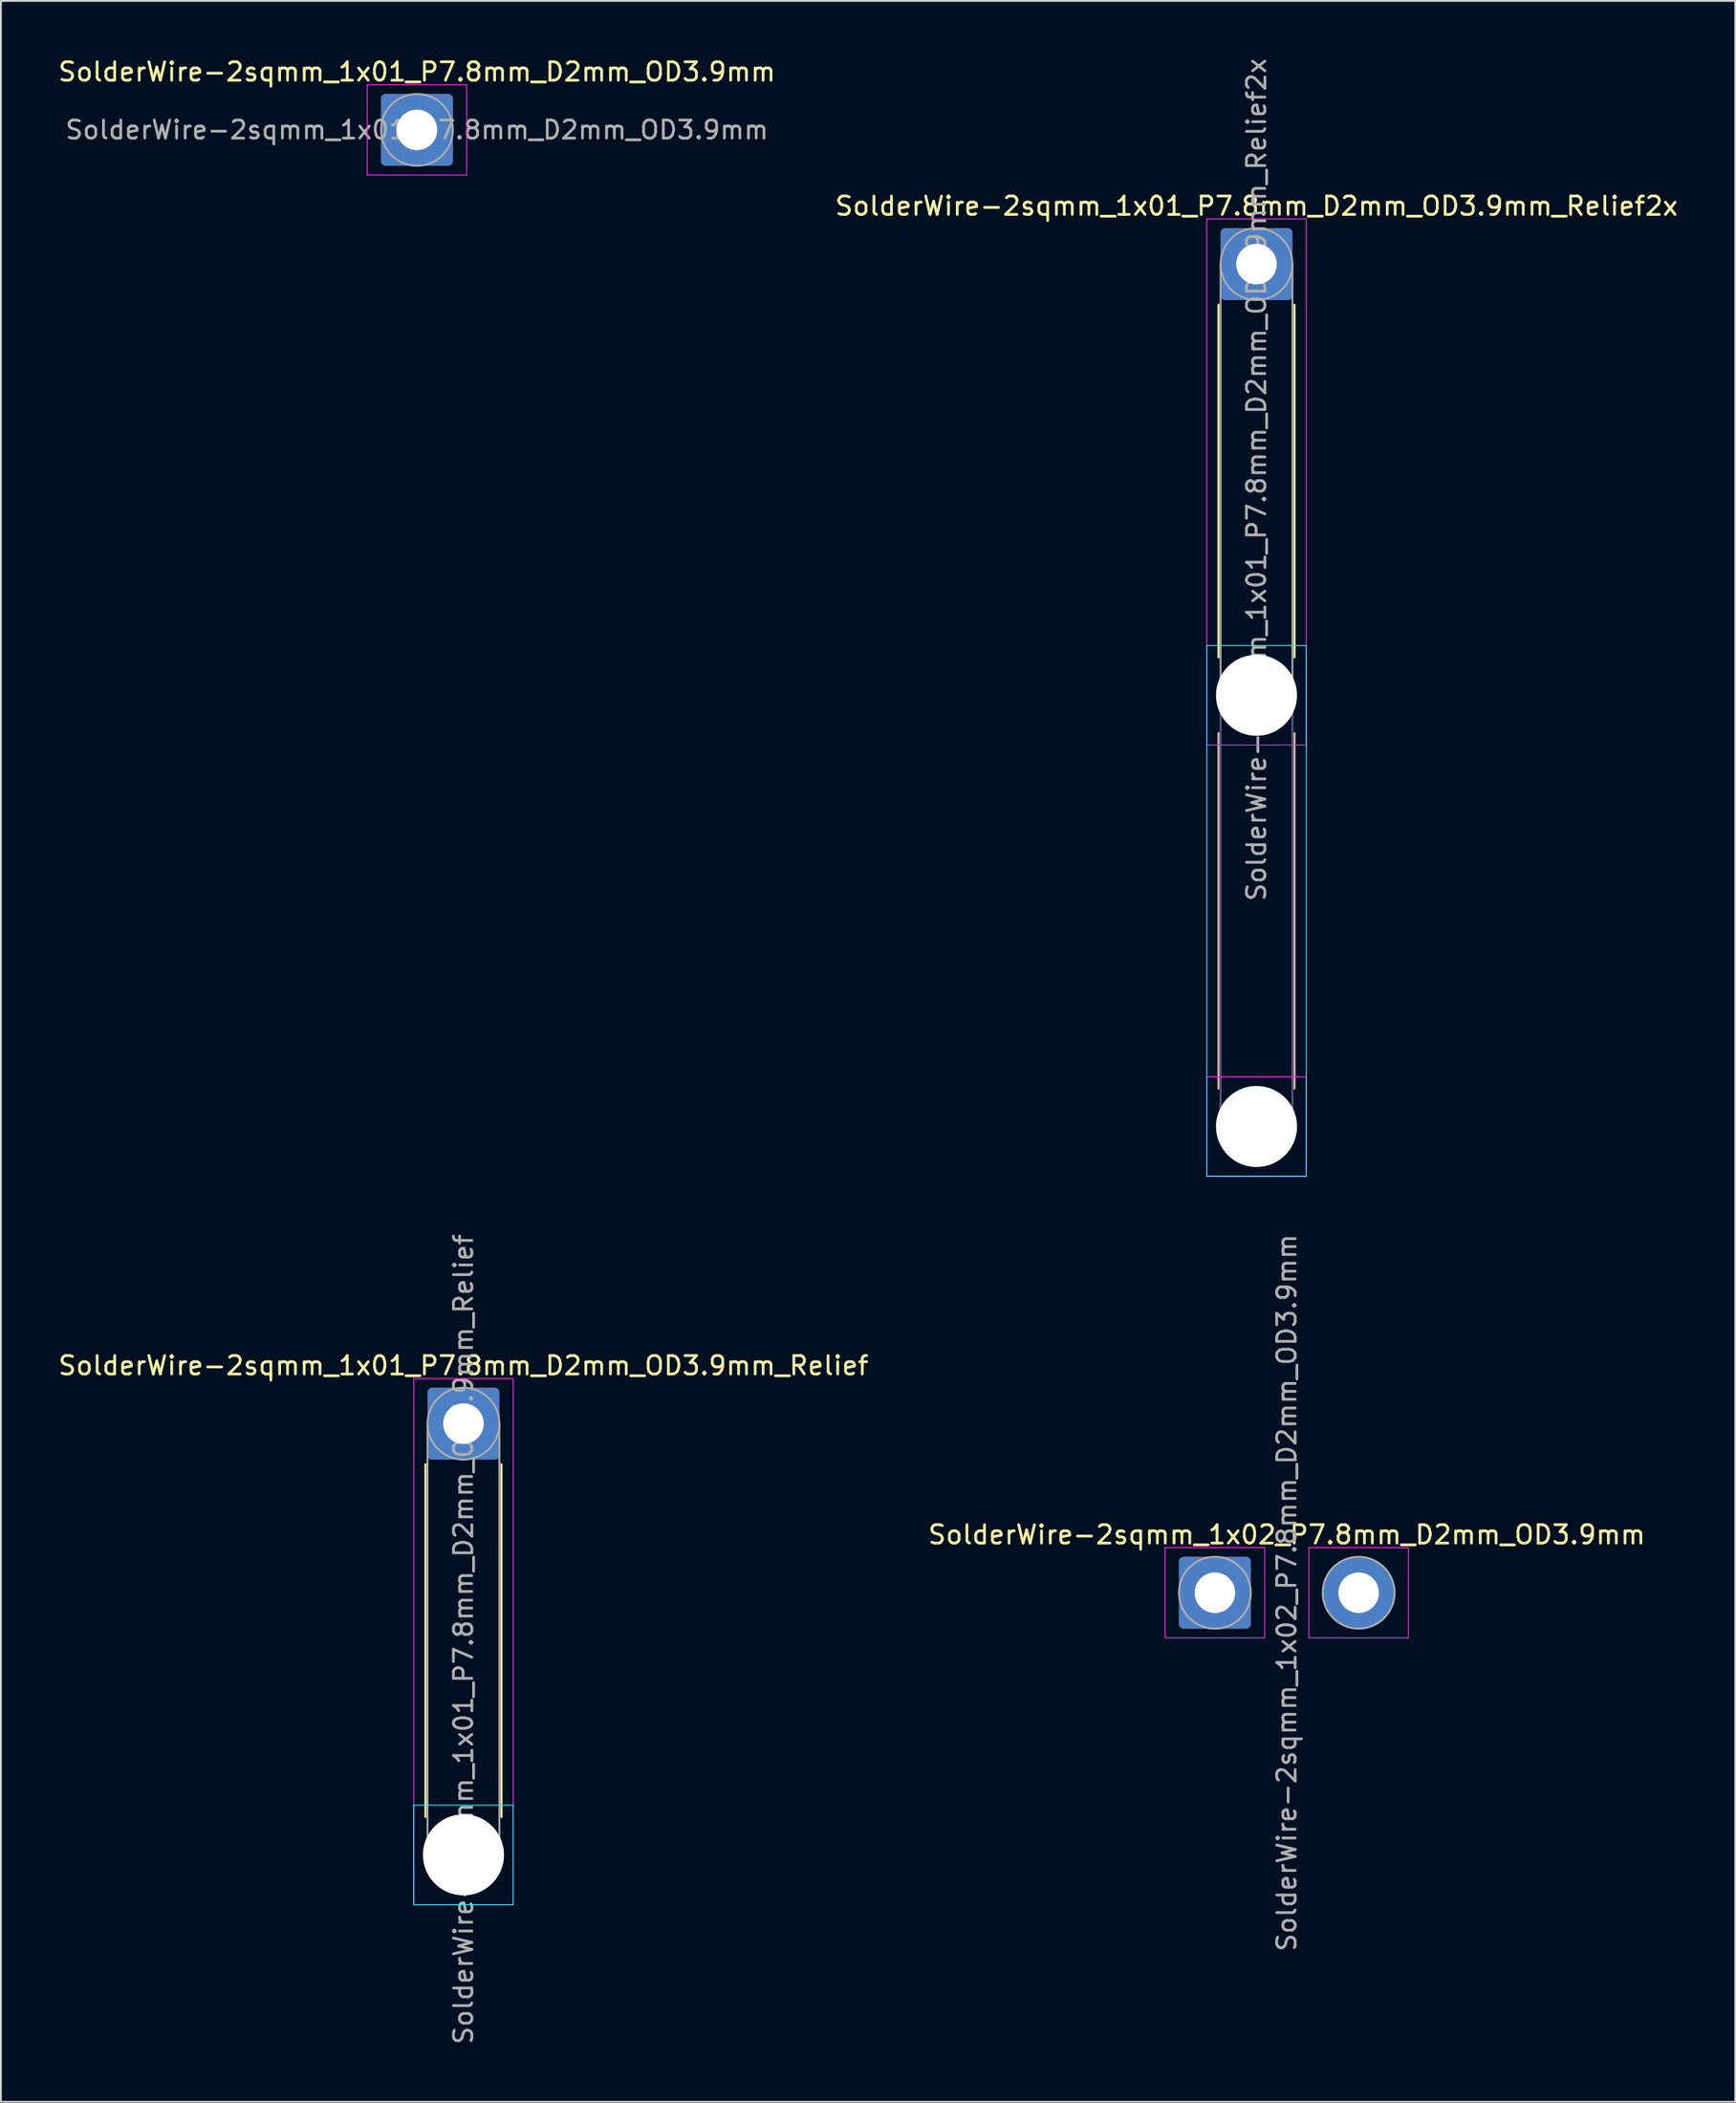
<source format=kicad_pcb>
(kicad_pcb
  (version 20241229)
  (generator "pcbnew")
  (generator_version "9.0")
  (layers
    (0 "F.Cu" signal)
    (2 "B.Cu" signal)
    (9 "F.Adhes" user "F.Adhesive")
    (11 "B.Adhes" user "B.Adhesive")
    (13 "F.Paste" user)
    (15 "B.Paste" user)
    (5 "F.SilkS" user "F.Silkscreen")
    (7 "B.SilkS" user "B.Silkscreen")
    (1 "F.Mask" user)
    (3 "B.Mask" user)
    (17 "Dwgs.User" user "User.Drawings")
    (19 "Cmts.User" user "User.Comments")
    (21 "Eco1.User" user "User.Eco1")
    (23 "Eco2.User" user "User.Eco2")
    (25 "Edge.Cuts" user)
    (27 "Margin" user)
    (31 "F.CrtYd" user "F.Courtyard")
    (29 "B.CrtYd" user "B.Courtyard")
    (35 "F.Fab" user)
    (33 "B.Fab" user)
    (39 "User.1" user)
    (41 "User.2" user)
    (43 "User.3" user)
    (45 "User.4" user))
  (footprint "SolderWire-2sqmm_1x02_P7.8mm_D2mm_OD3.9mm"
    (layer "F.Cu")
    (at 62.88 83.385)
    (property "Reference" "SolderWire-2sqmm_1x02_P7.8mm_D2mm_OD3.9mm" (at 3.9 -3.15 0) (layer "F.SilkS") (effects (font (size 1 1) (thickness 0.15))))
    (attr exclude_from_pos_files exclude_from_bom)
    (fp_line (start -2.7 -2.45) (end -2.7 2.45) (stroke (width 0.05) (type solid)) (layer "F.CrtYd"))
    (fp_line (start -2.7 2.45) (end 2.7 2.45) (stroke (width 0.05) (type solid)) (layer "F.CrtYd"))
    (fp_line (start 2.7 -2.45) (end -2.7 -2.45) (stroke (width 0.05) (type solid)) (layer "F.CrtYd"))
    (fp_line (start 2.7 2.45) (end 2.7 -2.45) (stroke (width 0.05) (type solid)) (layer "F.CrtYd"))
    (fp_line (start 5.1 -2.45) (end 5.1 2.45) (stroke (width 0.05) (type solid)) (layer "F.CrtYd"))
    (fp_line (start 5.1 2.45) (end 10.5 2.45) (stroke (width 0.05) (type solid)) (layer "F.CrtYd"))
    (fp_line (start 10.5 -2.45) (end 5.1 -2.45) (stroke (width 0.05) (type solid)) (layer "F.CrtYd"))
    (fp_line (start 10.5 2.45) (end 10.5 -2.45) (stroke (width 0.05) (type solid)) (layer "F.CrtYd"))
    (fp_circle (center 0 0) (end 1.95 0) (stroke (width 0.1) (type solid)) (fill no) (layer "F.Fab"))
    (fp_circle (center 7.8 0) (end 9.75 0) (stroke (width 0.1) (type solid)) (fill no) (layer "F.Fab"))
    (fp_text user "${REFERENCE}" (at 3.9 0 90) (layer "F.Fab") (effects (font (size 1 1) (thickness 0.15))))
    (pad "1" thru_hole roundrect (at 0 0) (size 3.9 3.9) (drill 2.2) (layers "*.Cu" "*.Mask") (roundrect_rratio 0.064))
    (pad "2" thru_hole circle (at 7.8 0) (size 3.9 3.9) (drill 2.2) (layers "*.Cu" "*.Mask")))
  (footprint "SolderWire-2sqmm_1x01_P7.8mm_D2mm_OD3.9mm_Relief2x"
    (layer "F.Cu")
    (at 65.137 11.282)
    (property "Reference" "SolderWire-2sqmm_1x01_P7.8mm_D2mm_OD3.9mm_Relief2x" (at 0 -3.15 0) (layer "F.SilkS") (effects (font (size 1 1) (thickness 0.15))))
    (attr exclude_from_pos_files exclude_from_bom)
    (fp_line (start -2.06 2.21) (end -2.06 21.34) (stroke (width 0.12) (type solid)) (layer "F.SilkS"))
    (fp_line (start 2.06 2.21) (end 2.06 21.34) (stroke (width 0.12) (type solid)) (layer "F.SilkS"))
    (fp_line (start -2.06 25.46) (end -2.06 44.74) (stroke (width 0.12) (type solid)) (layer "B.SilkS"))
    (fp_line (start 2.06 25.46) (end 2.06 44.74) (stroke (width 0.12) (type solid)) (layer "B.SilkS"))
    (fp_line (start -2.7 20.7) (end -2.7 49.5) (stroke (width 0.05) (type solid)) (layer "B.CrtYd"))
    (fp_line (start -2.7 49.5) (end 2.7 49.5) (stroke (width 0.05) (type solid)) (layer "B.CrtYd"))
    (fp_line (start 2.7 20.7) (end -2.7 20.7) (stroke (width 0.05) (type solid)) (layer "B.CrtYd"))
    (fp_line (start 2.7 49.5) (end 2.7 20.7) (stroke (width 0.05) (type solid)) (layer "B.CrtYd"))
    (fp_line (start -2.7 -2.45) (end -2.7 26.1) (stroke (width 0.05) (type solid)) (layer "F.CrtYd"))
    (fp_line (start -2.7 26.1) (end 2.7 26.1) (stroke (width 0.05) (type solid)) (layer "F.CrtYd"))
    (fp_line (start -2.7 44.1) (end -2.7 49.5) (stroke (width 0.05) (type solid)) (layer "F.CrtYd"))
    (fp_line (start -2.7 49.5) (end 2.7 49.5) (stroke (width 0.05) (type solid)) (layer "F.CrtYd"))
    (fp_line (start 2.7 -2.45) (end -2.7 -2.45) (stroke (width 0.05) (type solid)) (layer "F.CrtYd"))
    (fp_line (start 2.7 26.1) (end 2.7 -2.45) (stroke (width 0.05) (type solid)) (layer "F.CrtYd"))
    (fp_line (start 2.7 44.1) (end -2.7 44.1) (stroke (width 0.05) (type solid)) (layer "F.CrtYd"))
    (fp_line (start 2.7 49.5) (end 2.7 44.1) (stroke (width 0.05) (type solid)) (layer "F.CrtYd"))
    (fp_line (start -1.95 23.4) (end -1.95 46.8) (stroke (width 0.1) (type solid)) (layer "B.Fab"))
    (fp_line (start 1.95 23.4) (end 1.95 46.8) (stroke (width 0.1) (type solid)) (layer "B.Fab"))
    (fp_circle (center 0 23.4) (end 1.95 23.4) (stroke (width 0.1) (type solid)) (fill no) (layer "B.Fab"))
    (fp_circle (center 0 46.8) (end 1.95 46.8) (stroke (width 0.1) (type solid)) (fill no) (layer "B.Fab"))
    (fp_line (start -1.95 0) (end -1.95 23.4) (stroke (width 0.1) (type solid)) (layer "F.Fab"))
    (fp_line (start 1.95 0) (end 1.95 23.4) (stroke (width 0.1) (type solid)) (layer "F.Fab"))
    (fp_circle (center 0 0) (end 1.95 0) (stroke (width 0.1) (type solid)) (fill no) (layer "F.Fab"))
    (fp_circle (center 0 23.4) (end 1.95 23.4) (stroke (width 0.1) (type solid)) (fill no) (layer "F.Fab"))
    (fp_circle (center 0 46.8) (end 1.95 46.8) (stroke (width 0.1) (type solid)) (fill no) (layer "F.Fab"))
    (fp_text user "${REFERENCE}" (at 0 11.7 90) (layer "F.Fab") (effects (font (size 1 1) (thickness 0.15))))
    (pad "" np_thru_hole circle (at 0 23.4) (size 4.4 4.4) (drill 4.4) (layers "*.Cu" "*.Mask"))
    (pad "" np_thru_hole circle (at 0 46.8) (size 4.4 4.4) (drill 4.4) (layers "*.Cu" "*.Mask"))
    (pad "1" thru_hole roundrect (at 0 0) (size 3.9 3.9) (drill 2.2) (layers "*.Cu" "*.Mask") (roundrect_rratio 0.064)))
  (footprint "SolderWire-2sqmm_1x01_P7.8mm_D2mm_OD3.9mm"
    (layer "F.Cu")
    (at 19.577 3.998)
    (property "Reference" "SolderWire-2sqmm_1x01_P7.8mm_D2mm_OD3.9mm" (at 0 -3.15 0) (layer "F.SilkS") (effects (font (size 1 1) (thickness 0.15))))
    (attr exclude_from_pos_files exclude_from_bom)
    (fp_line (start -2.7 -2.45) (end -2.7 2.45) (stroke (width 0.05) (type solid)) (layer "F.CrtYd"))
    (fp_line (start -2.7 2.45) (end 2.7 2.45) (stroke (width 0.05) (type solid)) (layer "F.CrtYd"))
    (fp_line (start 2.7 -2.45) (end -2.7 -2.45) (stroke (width 0.05) (type solid)) (layer "F.CrtYd"))
    (fp_line (start 2.7 2.45) (end 2.7 -2.45) (stroke (width 0.05) (type solid)) (layer "F.CrtYd"))
    (fp_circle (center 0 0) (end 1.95 0) (stroke (width 0.1) (type solid)) (fill no) (layer "F.Fab"))
    (fp_text user "${REFERENCE}" (at 0 0 0) (layer "F.Fab") (effects (font (size 0.98 0.98) (thickness 0.15))))
    (pad "1" thru_hole roundrect (at 0 0) (size 3.9 3.9) (drill 2.2) (layers "*.Cu" "*.Mask") (roundrect_rratio 0.064)))
  (footprint "SolderWire-2sqmm_1x01_P7.8mm_D2mm_OD3.9mm_Relief"
    (layer "F.Cu")
    (at 22.101 74.208)
    (property "Reference" "SolderWire-2sqmm_1x01_P7.8mm_D2mm_OD3.9mm_Relief" (at 0 -3.15 0) (layer "F.SilkS") (effects (font (size 1 1) (thickness 0.15))))
    (attr exclude_from_pos_files exclude_from_bom)
    (fp_line (start -2.06 2.21) (end -2.06 21.34) (stroke (width 0.12) (type solid)) (layer "F.SilkS"))
    (fp_line (start 2.06 2.21) (end 2.06 21.34) (stroke (width 0.12) (type solid)) (layer "F.SilkS"))
    (fp_line (start -2.7 20.7) (end -2.7 26.1) (stroke (width 0.05) (type solid)) (layer "B.CrtYd"))
    (fp_line (start -2.7 26.1) (end 2.7 26.1) (stroke (width 0.05) (type solid)) (layer "B.CrtYd"))
    (fp_line (start 2.7 20.7) (end -2.7 20.7) (stroke (width 0.05) (type solid)) (layer "B.CrtYd"))
    (fp_line (start 2.7 26.1) (end 2.7 20.7) (stroke (width 0.05) (type solid)) (layer "B.CrtYd"))
    (fp_line (start -2.7 -2.45) (end -2.7 26.1) (stroke (width 0.05) (type solid)) (layer "F.CrtYd"))
    (fp_line (start -2.7 26.1) (end 2.7 26.1) (stroke (width 0.05) (type solid)) (layer "F.CrtYd"))
    (fp_line (start 2.7 -2.45) (end -2.7 -2.45) (stroke (width 0.05) (type solid)) (layer "F.CrtYd"))
    (fp_line (start 2.7 26.1) (end 2.7 -2.45) (stroke (width 0.05) (type solid)) (layer "F.CrtYd"))
    (fp_line (start -1.95 0) (end -1.95 23.4) (stroke (width 0.1) (type solid)) (layer "F.Fab"))
    (fp_line (start 1.95 0) (end 1.95 23.4) (stroke (width 0.1) (type solid)) (layer "F.Fab"))
    (fp_circle (center 0 0) (end 1.95 0) (stroke (width 0.1) (type solid)) (fill no) (layer "F.Fab"))
    (fp_circle (center 0 23.4) (end 1.95 23.4) (stroke (width 0.1) (type solid)) (fill no) (layer "F.Fab"))
    (fp_text user "${REFERENCE}" (at 0 11.7 90) (layer "F.Fab") (effects (font (size 1 1) (thickness 0.15))))
    (pad "" np_thru_hole circle (at 0 23.4) (size 4.4 4.4) (drill 4.4) (layers "*.Cu" "*.Mask"))
    (pad "1" thru_hole roundrect (at 0 0) (size 3.9 3.9) (drill 2.2) (layers "*.Cu" "*.Mask") (roundrect_rratio 0.064)))
  (gr_rect
    (start -3 -3)
    (end 91.119 111.01)
    (stroke (width 0.1) (type default))
    (fill no)
    (layer "Edge.Cuts")))
</source>
